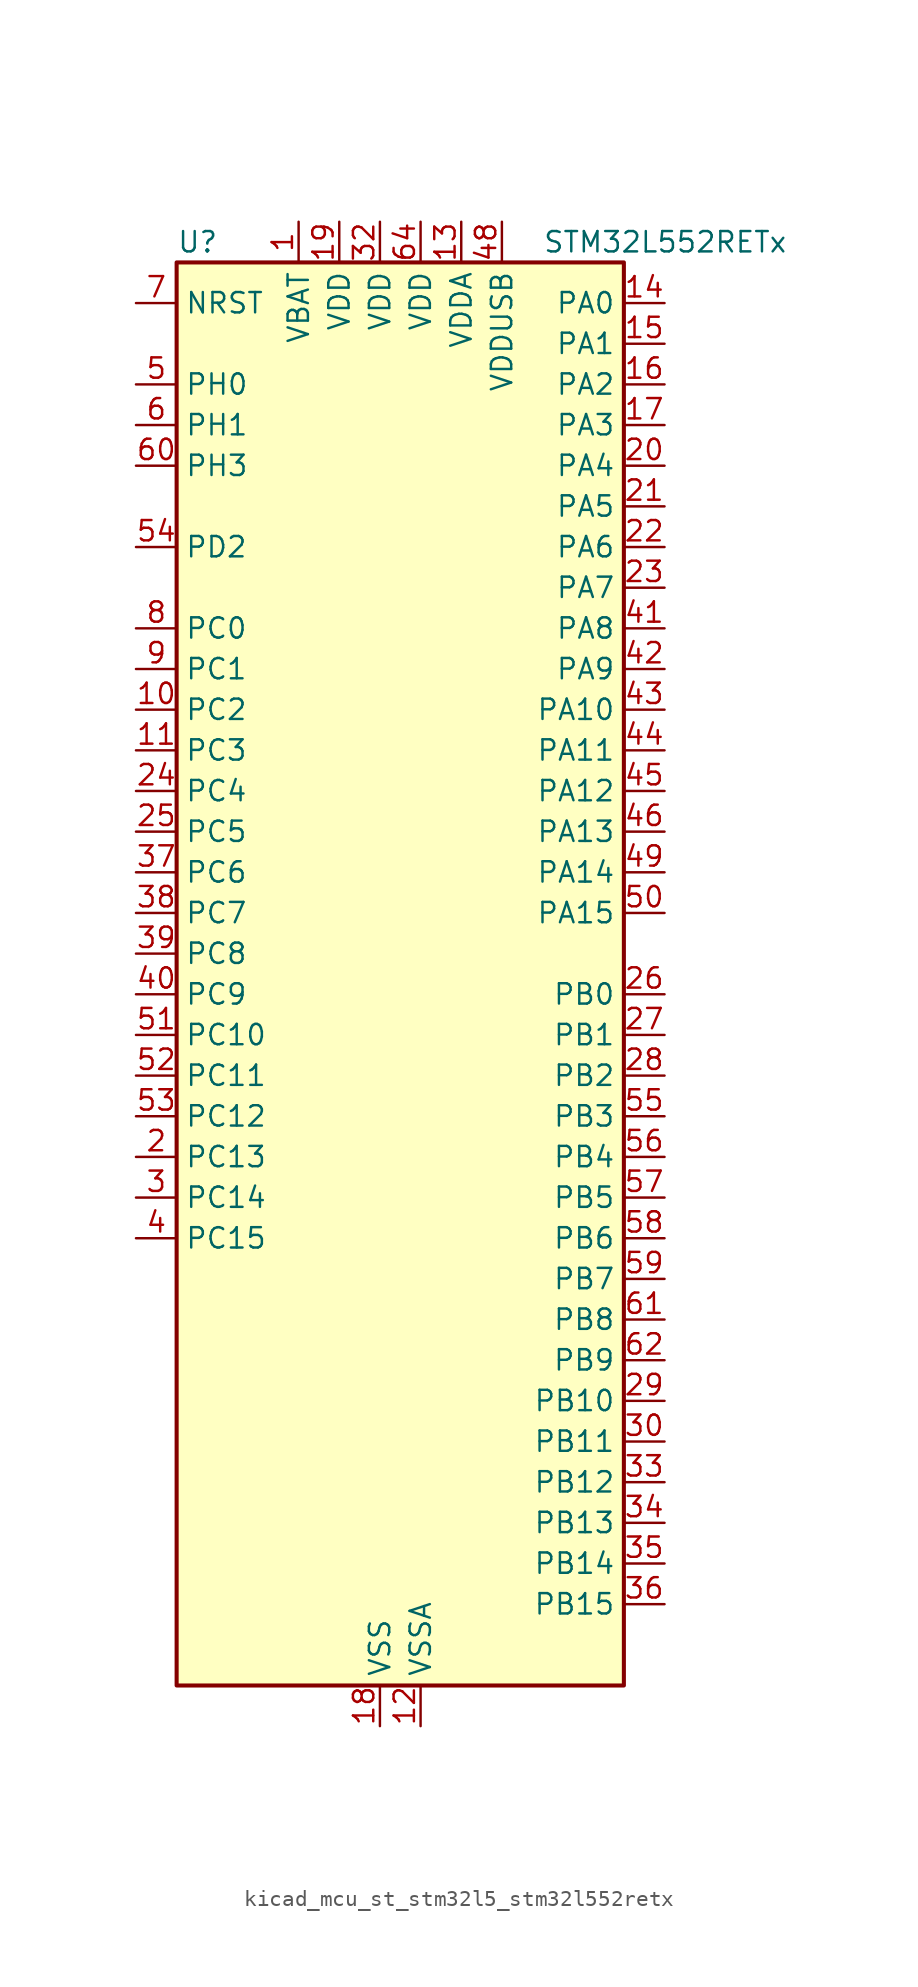
<source format=kicad_sym>
(kicad_symbol_lib
  (version 20220914)
  (generator kicad_symbol_editor)
  (symbol "kicad_mcu_st_stm32l5_stm32l552retx"
    (property "Reference" "U"
      (at -12.7 46.99 0)
      (effects (font (size 1.27 1.27)) (justify left)))
    (property "Value" "STM32L552RETx"
      (at 10.16 46.99 0)
      (effects (font (size 1.27 1.27)) (justify left)))
    (property "ki_locked" ""
      (at 0 0 0)
      (effects (font (size 1.27 1.27))))
    (symbol "kicad_mcu_st_stm32l5_stm32l552retx_0_1"
      (rectangle (start -12.7 -43.18) (end 15.24 45.72) (stroke (width 0.254) (type default)) (fill (type background))))
    (symbol "kicad_mcu_st_stm32l5_stm32l552retx_1_1"
      (pin power_in line (at -5.08 48.26 270) (length 2.54) (name "VBAT" (effects (font (size 1.27 1.27)))) (number "1" (effects (font (size 1.27 1.27)))))
      (pin bidirectional line (at -15.24 17.78 0) (length 2.54) (name "PC2" (effects (font (size 1.27 1.27)))) (number "10" (effects (font (size 1.27 1.27)))) (alternate "ADC1_IN3" bidirectional line) (alternate "ADC2_IN3" bidirectional line) (alternate "DFSDM1_CKOUT" bidirectional line) (alternate "LPTIM1_IN2" bidirectional line) (alternate "OCTOSPI1_IO5" bidirectional line) (alternate "SPI2_MISO" bidirectional line))
      (pin bidirectional line (at -15.24 15.24 0) (length 2.54) (name "PC3" (effects (font (size 1.27 1.27)))) (number "11" (effects (font (size 1.27 1.27)))) (alternate "ADC1_IN4" bidirectional line) (alternate "ADC2_IN4" bidirectional line) (alternate "LPTIM1_ETR" bidirectional line) (alternate "LPTIM2_ETR" bidirectional line) (alternate "LPTIM3_OUT" bidirectional line) (alternate "OCTOSPI1_IO6" bidirectional line) (alternate "SAI1_D1" bidirectional line) (alternate "SAI1_SD_A" bidirectional line) (alternate "SPI2_MOSI" bidirectional line))
      (pin power_in line (at 2.54 -45.72 90) (length 2.54) (name "VSSA" (effects (font (size 1.27 1.27)))) (number "12" (effects (font (size 1.27 1.27)))))
      (pin power_in line (at 5.08 48.26 270) (length 2.54) (name "VDDA" (effects (font (size 1.27 1.27)))) (number "13" (effects (font (size 1.27 1.27)))))
      (pin bidirectional line (at 17.78 43.18 180) (length 2.54) (name "PA0" (effects (font (size 1.27 1.27)))) (number "14" (effects (font (size 1.27 1.27)))) (alternate "ADC1_IN5" bidirectional line) (alternate "ADC2_IN5" bidirectional line) (alternate "OPAMP1_VINP" bidirectional line) (alternate "PWR_WKUP1" bidirectional line) (alternate "SAI1_EXTCLK" bidirectional line) (alternate "TAMP_IN2" bidirectional line) (alternate "TAMP_OUT1" bidirectional line) (alternate "TIM2_CH1" bidirectional line) (alternate "TIM2_ETR" bidirectional line) (alternate "TIM5_CH1" bidirectional line) (alternate "TIM8_ETR" bidirectional line) (alternate "UART4_TX" bidirectional line) (alternate "USART2_CTS" bidirectional line) (alternate "USART2_NSS" bidirectional line))
      (pin bidirectional line (at 17.78 40.64 180) (length 2.54) (name "PA1" (effects (font (size 1.27 1.27)))) (number "15" (effects (font (size 1.27 1.27)))) (alternate "ADC1_IN6" bidirectional line) (alternate "ADC2_IN6" bidirectional line) (alternate "I2C1_SMBA" bidirectional line) (alternate "OCTOSPI1_DQS" bidirectional line) (alternate "OPAMP1_VINM" bidirectional line) (alternate "SPI1_SCK" bidirectional line) (alternate "TAMP_IN5" bidirectional line) (alternate "TAMP_OUT4" bidirectional line) (alternate "TIM15_CH1N" bidirectional line) (alternate "TIM2_CH2" bidirectional line) (alternate "TIM5_CH2" bidirectional line) (alternate "UART4_RX" bidirectional line) (alternate "USART2_DE" bidirectional line) (alternate "USART2_RTS" bidirectional line))
      (pin bidirectional line (at 17.78 38.1 180) (length 2.54) (name "PA2" (effects (font (size 1.27 1.27)))) (number "16" (effects (font (size 1.27 1.27)))) (alternate "ADC1_IN7" bidirectional line) (alternate "ADC2_IN7" bidirectional line) (alternate "COMP1_INP" bidirectional line) (alternate "LPUART1_TX" bidirectional line) (alternate "OCTOSPI1_NCS" bidirectional line) (alternate "PWR_WKUP4" bidirectional line) (alternate "RCC_LSCO" bidirectional line) (alternate "SAI2_EXTCLK" bidirectional line) (alternate "TIM15_CH1" bidirectional line) (alternate "TIM2_CH3" bidirectional line) (alternate "TIM5_CH3" bidirectional line) (alternate "UCPD1_FRSTX1" bidirectional line) (alternate "USART2_TX" bidirectional line))
      (pin bidirectional line (at 17.78 35.56 180) (length 2.54) (name "PA3" (effects (font (size 1.27 1.27)))) (number "17" (effects (font (size 1.27 1.27)))) (alternate "ADC1_IN8" bidirectional line) (alternate "ADC2_IN8" bidirectional line) (alternate "LPUART1_RX" bidirectional line) (alternate "OCTOSPI1_CLK" bidirectional line) (alternate "OPAMP1_VOUT" bidirectional line) (alternate "SAI1_CK1" bidirectional line) (alternate "SAI1_MCLK_A" bidirectional line) (alternate "TIM15_CH2" bidirectional line) (alternate "TIM2_CH4" bidirectional line) (alternate "TIM5_CH4" bidirectional line) (alternate "USART2_RX" bidirectional line))
      (pin power_in line (at 0 -45.72 90) (length 2.54) (name "VSS" (effects (font (size 1.27 1.27)))) (number "18" (effects (font (size 1.27 1.27)))))
      (pin power_in line (at -2.54 48.26 270) (length 2.54) (name "VDD" (effects (font (size 1.27 1.27)))) (number "19" (effects (font (size 1.27 1.27)))))
      (pin bidirectional line (at -15.24 -10.16 0) (length 2.54) (name "PC13" (effects (font (size 1.27 1.27)))) (number "2" (effects (font (size 1.27 1.27)))) (alternate "PWR_WKUP2" bidirectional line) (alternate "RTC_OUT1" bidirectional line) (alternate "RTC_TS" bidirectional line) (alternate "TAMP_IN1" bidirectional line) (alternate "TAMP_OUT2" bidirectional line))
      (pin bidirectional line (at 17.78 33.02 180) (length 2.54) (name "PA4" (effects (font (size 1.27 1.27)))) (number "20" (effects (font (size 1.27 1.27)))) (alternate "ADC1_IN9" bidirectional line) (alternate "ADC2_IN9" bidirectional line) (alternate "DAC1_OUT1" bidirectional line) (alternate "LPTIM2_OUT" bidirectional line) (alternate "OCTOSPI1_NCS" bidirectional line) (alternate "SAI1_FS_B" bidirectional line) (alternate "SPI1_NSS" bidirectional line) (alternate "SPI3_NSS" bidirectional line) (alternate "USART2_CK" bidirectional line))
      (pin bidirectional line (at 17.78 30.48 180) (length 2.54) (name "PA5" (effects (font (size 1.27 1.27)))) (number "21" (effects (font (size 1.27 1.27)))) (alternate "ADC1_IN10" bidirectional line) (alternate "ADC2_IN10" bidirectional line) (alternate "DAC1_OUT2" bidirectional line) (alternate "LPTIM2_ETR" bidirectional line) (alternate "SPI1_SCK" bidirectional line) (alternate "TIM2_CH1" bidirectional line) (alternate "TIM2_ETR" bidirectional line) (alternate "TIM8_CH1N" bidirectional line))
      (pin bidirectional line (at 17.78 27.94 180) (length 2.54) (name "PA6" (effects (font (size 1.27 1.27)))) (number "22" (effects (font (size 1.27 1.27)))) (alternate "ADC1_IN11" bidirectional line) (alternate "ADC2_IN11" bidirectional line) (alternate "LPUART1_CTS" bidirectional line) (alternate "OCTOSPI1_IO3" bidirectional line) (alternate "OPAMP2_VINP" bidirectional line) (alternate "SPI1_MISO" bidirectional line) (alternate "TIM16_CH1" bidirectional line) (alternate "TIM1_BKIN" bidirectional line) (alternate "TIM3_CH1" bidirectional line) (alternate "TIM8_BKIN" bidirectional line) (alternate "USART3_CTS" bidirectional line) (alternate "USART3_NSS" bidirectional line))
      (pin bidirectional line (at 17.78 25.4 180) (length 2.54) (name "PA7" (effects (font (size 1.27 1.27)))) (number "23" (effects (font (size 1.27 1.27)))) (alternate "ADC1_IN12" bidirectional line) (alternate "ADC2_IN12" bidirectional line) (alternate "I2C3_SCL" bidirectional line) (alternate "OCTOSPI1_IO2" bidirectional line) (alternate "OPAMP2_VINM" bidirectional line) (alternate "SPI1_MOSI" bidirectional line) (alternate "TIM17_CH1" bidirectional line) (alternate "TIM1_CH1N" bidirectional line) (alternate "TIM3_CH2" bidirectional line) (alternate "TIM8_CH1N" bidirectional line))
      (pin bidirectional line (at -15.24 12.7 0) (length 2.54) (name "PC4" (effects (font (size 1.27 1.27)))) (number "24" (effects (font (size 1.27 1.27)))) (alternate "ADC1_IN13" bidirectional line) (alternate "ADC2_IN13" bidirectional line) (alternate "COMP1_INM" bidirectional line) (alternate "OCTOSPI1_IO7" bidirectional line) (alternate "USART3_TX" bidirectional line))
      (pin bidirectional line (at -15.24 10.16 0) (length 2.54) (name "PC5" (effects (font (size 1.27 1.27)))) (number "25" (effects (font (size 1.27 1.27)))) (alternate "ADC1_IN14" bidirectional line) (alternate "ADC2_IN14" bidirectional line) (alternate "COMP1_INP" bidirectional line) (alternate "PWR_WKUP5" bidirectional line) (alternate "SAI1_D3" bidirectional line) (alternate "TAMP_IN4" bidirectional line) (alternate "TAMP_OUT5" bidirectional line) (alternate "USART3_RX" bidirectional line))
      (pin bidirectional line (at 17.78 0 180) (length 2.54) (name "PB0" (effects (font (size 1.27 1.27)))) (number "26" (effects (font (size 1.27 1.27)))) (alternate "ADC1_IN15" bidirectional line) (alternate "ADC2_IN15" bidirectional line) (alternate "COMP1_OUT" bidirectional line) (alternate "OCTOSPI1_IO1" bidirectional line) (alternate "OPAMP2_VOUT" bidirectional line) (alternate "SAI1_EXTCLK" bidirectional line) (alternate "SPI1_NSS" bidirectional line) (alternate "TIM1_CH2N" bidirectional line) (alternate "TIM3_CH3" bidirectional line) (alternate "TIM8_CH2N" bidirectional line) (alternate "USART3_CK" bidirectional line))
      (pin bidirectional line (at 17.78 -2.54 180) (length 2.54) (name "PB1" (effects (font (size 1.27 1.27)))) (number "27" (effects (font (size 1.27 1.27)))) (alternate "ADC1_IN16" bidirectional line) (alternate "ADC2_IN16" bidirectional line) (alternate "COMP1_INM" bidirectional line) (alternate "DFSDM1_DATIN0" bidirectional line) (alternate "LPTIM2_IN1" bidirectional line) (alternate "LPUART1_DE" bidirectional line) (alternate "LPUART1_RTS" bidirectional line) (alternate "OCTOSPI1_IO0" bidirectional line) (alternate "TIM1_CH3N" bidirectional line) (alternate "TIM3_CH4" bidirectional line) (alternate "TIM8_CH3N" bidirectional line) (alternate "USART3_DE" bidirectional line) (alternate "USART3_RTS" bidirectional line))
      (pin bidirectional line (at 17.78 -5.08 180) (length 2.54) (name "PB2" (effects (font (size 1.27 1.27)))) (number "28" (effects (font (size 1.27 1.27)))) (alternate "COMP1_INP" bidirectional line) (alternate "DFSDM1_CKIN0" bidirectional line) (alternate "I2C3_SMBA" bidirectional line) (alternate "LPTIM1_OUT" bidirectional line) (alternate "OCTOSPI1_DQS" bidirectional line) (alternate "RTC_OUT2" bidirectional line) (alternate "UCPD1_FRSTX1" bidirectional line))
      (pin bidirectional line (at 17.78 -25.4 180) (length 2.54) (name "PB10" (effects (font (size 1.27 1.27)))) (number "29" (effects (font (size 1.27 1.27)))) (alternate "COMP1_OUT" bidirectional line) (alternate "I2C2_SCL" bidirectional line) (alternate "I2C4_SCL" bidirectional line) (alternate "LPTIM3_OUT" bidirectional line) (alternate "LPUART1_RX" bidirectional line) (alternate "OCTOSPI1_CLK" bidirectional line) (alternate "SAI1_SCK_A" bidirectional line) (alternate "SPI2_SCK" bidirectional line) (alternate "TIM2_CH3" bidirectional line) (alternate "TSC_SYNC" bidirectional line) (alternate "USART3_TX" bidirectional line))
      (pin bidirectional line (at -15.24 -12.7 0) (length 2.54) (name "PC14" (effects (font (size 1.27 1.27)))) (number "3" (effects (font (size 1.27 1.27)))) (alternate "RCC_OSC32_IN" bidirectional line))
      (pin bidirectional line (at 17.78 -27.94 180) (length 2.54) (name "PB11" (effects (font (size 1.27 1.27)))) (number "30" (effects (font (size 1.27 1.27)))) (alternate "ADC1_EXTI11" bidirectional line) (alternate "ADC2_EXTI11" bidirectional line) (alternate "COMP2_OUT" bidirectional line) (alternate "I2C2_SDA" bidirectional line) (alternate "I2C4_SDA" bidirectional line) (alternate "LPUART1_TX" bidirectional line) (alternate "OCTOSPI1_NCS" bidirectional line) (alternate "TIM2_CH4" bidirectional line) (alternate "USART3_RX" bidirectional line))
      (pin passive line (at 0 -45.72 90) (length 2.54) hide (name "VSS" (effects (font (size 1.27 1.27)))) (number "31" (effects (font (size 1.27 1.27)))))
      (pin power_in line (at 0 48.26 270) (length 2.54) (name "VDD" (effects (font (size 1.27 1.27)))) (number "32" (effects (font (size 1.27 1.27)))))
      (pin bidirectional line (at 17.78 -30.48 180) (length 2.54) (name "PB12" (effects (font (size 1.27 1.27)))) (number "33" (effects (font (size 1.27 1.27)))) (alternate "DFSDM1_DATIN1" bidirectional line) (alternate "I2C2_SMBA" bidirectional line) (alternate "LPUART1_DE" bidirectional line) (alternate "LPUART1_RTS" bidirectional line) (alternate "OCTOSPI1_NCLK" bidirectional line) (alternate "SAI2_FS_A" bidirectional line) (alternate "SPI2_NSS" bidirectional line) (alternate "TIM15_BKIN" bidirectional line) (alternate "TIM1_BKIN" bidirectional line) (alternate "TSC_G1_IO1" bidirectional line) (alternate "USART3_CK" bidirectional line))
      (pin bidirectional line (at 17.78 -33.02 180) (length 2.54) (name "PB13" (effects (font (size 1.27 1.27)))) (number "34" (effects (font (size 1.27 1.27)))) (alternate "DFSDM1_CKIN1" bidirectional line) (alternate "I2C2_SCL" bidirectional line) (alternate "LPTIM3_IN1" bidirectional line) (alternate "LPUART1_CTS" bidirectional line) (alternate "SAI2_SCK_A" bidirectional line) (alternate "SPI2_SCK" bidirectional line) (alternate "TIM15_CH1N" bidirectional line) (alternate "TIM1_CH1N" bidirectional line) (alternate "TSC_G1_IO2" bidirectional line) (alternate "UCPD1_FRSTX2" bidirectional line) (alternate "USART3_CTS" bidirectional line) (alternate "USART3_NSS" bidirectional line))
      (pin bidirectional line (at 17.78 -35.56 180) (length 2.54) (name "PB14" (effects (font (size 1.27 1.27)))) (number "35" (effects (font (size 1.27 1.27)))) (alternate "DFSDM1_DATIN2" bidirectional line) (alternate "I2C2_SDA" bidirectional line) (alternate "LPTIM3_ETR" bidirectional line) (alternate "SAI2_MCLK_A" bidirectional line) (alternate "SPI2_MISO" bidirectional line) (alternate "TIM15_CH1" bidirectional line) (alternate "TIM1_CH2N" bidirectional line) (alternate "TIM8_CH2N" bidirectional line) (alternate "TSC_G1_IO3" bidirectional line) (alternate "UCPD1_DBCC2" bidirectional line) (alternate "USART3_DE" bidirectional line) (alternate "USART3_RTS" bidirectional line))
      (pin bidirectional line (at 17.78 -38.1 180) (length 2.54) (name "PB15" (effects (font (size 1.27 1.27)))) (number "36" (effects (font (size 1.27 1.27)))) (alternate "ADC1_EXTI15" bidirectional line) (alternate "ADC2_EXTI15" bidirectional line) (alternate "DFSDM1_CKIN2" bidirectional line) (alternate "RTC_REFIN" bidirectional line) (alternate "SAI2_SD_A" bidirectional line) (alternate "SPI2_MOSI" bidirectional line) (alternate "TIM15_CH2" bidirectional line) (alternate "TIM1_CH3N" bidirectional line) (alternate "TIM8_CH3N" bidirectional line) (alternate "UCPD1_CC2" bidirectional line))
      (pin bidirectional line (at -15.24 7.62 0) (length 2.54) (name "PC6" (effects (font (size 1.27 1.27)))) (number "37" (effects (font (size 1.27 1.27)))) (alternate "DFSDM1_CKIN3" bidirectional line) (alternate "SAI2_MCLK_A" bidirectional line) (alternate "SDMMC1_D0DIR" bidirectional line) (alternate "SDMMC1_D6" bidirectional line) (alternate "TIM3_CH1" bidirectional line) (alternate "TIM8_CH1" bidirectional line) (alternate "TSC_G4_IO1" bidirectional line))
      (pin bidirectional line (at -15.24 5.08 0) (length 2.54) (name "PC7" (effects (font (size 1.27 1.27)))) (number "38" (effects (font (size 1.27 1.27)))) (alternate "DFSDM1_DATIN3" bidirectional line) (alternate "SAI2_MCLK_B" bidirectional line) (alternate "SDMMC1_D123DIR" bidirectional line) (alternate "SDMMC1_D7" bidirectional line) (alternate "TIM3_CH2" bidirectional line) (alternate "TIM8_CH2" bidirectional line) (alternate "TSC_G4_IO2" bidirectional line))
      (pin bidirectional line (at -15.24 2.54 0) (length 2.54) (name "PC8" (effects (font (size 1.27 1.27)))) (number "39" (effects (font (size 1.27 1.27)))) (alternate "SDMMC1_D0" bidirectional line) (alternate "TIM3_CH3" bidirectional line) (alternate "TIM8_CH3" bidirectional line) (alternate "TSC_G4_IO3" bidirectional line))
      (pin bidirectional line (at -15.24 -15.24 0) (length 2.54) (name "PC15" (effects (font (size 1.27 1.27)))) (number "4" (effects (font (size 1.27 1.27)))) (alternate "ADC1_EXTI15" bidirectional line) (alternate "ADC2_EXTI15" bidirectional line) (alternate "RCC_OSC32_OUT" bidirectional line))
      (pin bidirectional line (at -15.24 0 0) (length 2.54) (name "PC9" (effects (font (size 1.27 1.27)))) (number "40" (effects (font (size 1.27 1.27)))) (alternate "DAC1_EXTI9" bidirectional line) (alternate "DEBUG_TRACED0" bidirectional line) (alternate "SAI2_EXTCLK" bidirectional line) (alternate "SDMMC1_D1" bidirectional line) (alternate "TIM3_CH4" bidirectional line) (alternate "TIM8_BKIN2" bidirectional line) (alternate "TIM8_CH4" bidirectional line) (alternate "TSC_G4_IO4" bidirectional line) (alternate "USB_NOE" bidirectional line))
      (pin bidirectional line (at 17.78 22.86 180) (length 2.54) (name "PA8" (effects (font (size 1.27 1.27)))) (number "41" (effects (font (size 1.27 1.27)))) (alternate "LPTIM2_OUT" bidirectional line) (alternate "RCC_MCO" bidirectional line) (alternate "SAI1_CK2" bidirectional line) (alternate "SAI1_SCK_A" bidirectional line) (alternate "TIM1_CH1" bidirectional line) (alternate "USART1_CK" bidirectional line))
      (pin bidirectional line (at 17.78 20.32 180) (length 2.54) (name "PA9" (effects (font (size 1.27 1.27)))) (number "42" (effects (font (size 1.27 1.27)))) (alternate "DAC1_EXTI9" bidirectional line) (alternate "SAI1_FS_A" bidirectional line) (alternate "SPI2_SCK" bidirectional line) (alternate "TIM15_BKIN" bidirectional line) (alternate "TIM1_CH2" bidirectional line) (alternate "USART1_TX" bidirectional line))
      (pin bidirectional line (at 17.78 17.78 180) (length 2.54) (name "PA10" (effects (font (size 1.27 1.27)))) (number "43" (effects (font (size 1.27 1.27)))) (alternate "CRS_SYNC" bidirectional line) (alternate "SAI1_D1" bidirectional line) (alternate "SAI1_SD_A" bidirectional line) (alternate "TIM17_BKIN" bidirectional line) (alternate "TIM1_CH3" bidirectional line) (alternate "USART1_RX" bidirectional line))
      (pin bidirectional line (at 17.78 15.24 180) (length 2.54) (name "PA11" (effects (font (size 1.27 1.27)))) (number "44" (effects (font (size 1.27 1.27)))) (alternate "ADC1_EXTI11" bidirectional line) (alternate "ADC2_EXTI11" bidirectional line) (alternate "FDCAN1_RX" bidirectional line) (alternate "SPI1_MISO" bidirectional line) (alternate "TIM1_BKIN2" bidirectional line) (alternate "TIM1_CH4" bidirectional line) (alternate "USART1_CTS" bidirectional line) (alternate "USART1_NSS" bidirectional line) (alternate "USB_DM" bidirectional line))
      (pin bidirectional line (at 17.78 12.7 180) (length 2.54) (name "PA12" (effects (font (size 1.27 1.27)))) (number "45" (effects (font (size 1.27 1.27)))) (alternate "FDCAN1_TX" bidirectional line) (alternate "SPI1_MOSI" bidirectional line) (alternate "TIM1_ETR" bidirectional line) (alternate "USART1_DE" bidirectional line) (alternate "USART1_RTS" bidirectional line) (alternate "USB_DP" bidirectional line))
      (pin bidirectional line (at 17.78 10.16 180) (length 2.54) (name "PA13" (effects (font (size 1.27 1.27)))) (number "46" (effects (font (size 1.27 1.27)))) (alternate "DEBUG_JTMS-SWDIO" bidirectional line) (alternate "IR_OUT" bidirectional line) (alternate "SAI1_SD_B" bidirectional line) (alternate "USB_NOE" bidirectional line))
      (pin passive line (at 0 -45.72 90) (length 2.54) hide (name "VSS" (effects (font (size 1.27 1.27)))) (number "47" (effects (font (size 1.27 1.27)))))
      (pin power_in line (at 7.62 48.26 270) (length 2.54) (name "VDDUSB" (effects (font (size 1.27 1.27)))) (number "48" (effects (font (size 1.27 1.27)))))
      (pin bidirectional line (at 17.78 7.62 180) (length 2.54) (name "PA14" (effects (font (size 1.27 1.27)))) (number "49" (effects (font (size 1.27 1.27)))) (alternate "DEBUG_JTCK-SWCLK" bidirectional line) (alternate "I2C1_SMBA" bidirectional line) (alternate "I2C4_SMBA" bidirectional line) (alternate "LPTIM1_OUT" bidirectional line) (alternate "SAI1_FS_B" bidirectional line))
      (pin bidirectional line (at -15.24 38.1 0) (length 2.54) (name "PH0" (effects (font (size 1.27 1.27)))) (number "5" (effects (font (size 1.27 1.27)))) (alternate "RCC_OSC_IN" bidirectional line))
      (pin bidirectional line (at 17.78 5.08 180) (length 2.54) (name "PA15" (effects (font (size 1.27 1.27)))) (number "50" (effects (font (size 1.27 1.27)))) (alternate "ADC1_EXTI15" bidirectional line) (alternate "ADC2_EXTI15" bidirectional line) (alternate "DEBUG_JTDI" bidirectional line) (alternate "SAI2_FS_B" bidirectional line) (alternate "SPI1_NSS" bidirectional line) (alternate "SPI3_NSS" bidirectional line) (alternate "TIM2_CH1" bidirectional line) (alternate "TIM2_ETR" bidirectional line) (alternate "UART4_DE" bidirectional line) (alternate "UART4_RTS" bidirectional line) (alternate "UCPD1_CC1" bidirectional line) (alternate "USART2_RX" bidirectional line) (alternate "USART3_DE" bidirectional line) (alternate "USART3_RTS" bidirectional line))
      (pin bidirectional line (at -15.24 -2.54 0) (length 2.54) (name "PC10" (effects (font (size 1.27 1.27)))) (number "51" (effects (font (size 1.27 1.27)))) (alternate "DEBUG_TRACED1" bidirectional line) (alternate "LPTIM3_ETR" bidirectional line) (alternate "SAI2_SCK_B" bidirectional line) (alternate "SDMMC1_D2" bidirectional line) (alternate "SPI3_SCK" bidirectional line) (alternate "TSC_G3_IO2" bidirectional line) (alternate "UART4_TX" bidirectional line) (alternate "USART3_TX" bidirectional line))
      (pin bidirectional line (at -15.24 -5.08 0) (length 2.54) (name "PC11" (effects (font (size 1.27 1.27)))) (number "52" (effects (font (size 1.27 1.27)))) (alternate "ADC1_EXTI11" bidirectional line) (alternate "ADC2_EXTI11" bidirectional line) (alternate "LPTIM3_IN1" bidirectional line) (alternate "OCTOSPI1_NCS" bidirectional line) (alternate "SAI2_MCLK_B" bidirectional line) (alternate "SDMMC1_D3" bidirectional line) (alternate "SPI3_MISO" bidirectional line) (alternate "TSC_G3_IO3" bidirectional line) (alternate "UART4_RX" bidirectional line) (alternate "UCPD1_FRSTX2" bidirectional line) (alternate "USART3_RX" bidirectional line))
      (pin bidirectional line (at -15.24 -7.62 0) (length 2.54) (name "PC12" (effects (font (size 1.27 1.27)))) (number "53" (effects (font (size 1.27 1.27)))) (alternate "DEBUG_TRACED3" bidirectional line) (alternate "SAI2_SD_B" bidirectional line) (alternate "SDMMC1_CK" bidirectional line) (alternate "SPI3_MOSI" bidirectional line) (alternate "TSC_G3_IO4" bidirectional line) (alternate "UART5_TX" bidirectional line) (alternate "USART3_CK" bidirectional line))
      (pin bidirectional line (at -15.24 27.94 0) (length 2.54) (name "PD2" (effects (font (size 1.27 1.27)))) (number "54" (effects (font (size 1.27 1.27)))) (alternate "DEBUG_TRACED2" bidirectional line) (alternate "SDMMC1_CMD" bidirectional line) (alternate "TIM3_ETR" bidirectional line) (alternate "TSC_SYNC" bidirectional line) (alternate "UART5_RX" bidirectional line) (alternate "USART3_DE" bidirectional line) (alternate "USART3_RTS" bidirectional line))
      (pin bidirectional line (at 17.78 -7.62 180) (length 2.54) (name "PB3" (effects (font (size 1.27 1.27)))) (number "55" (effects (font (size 1.27 1.27)))) (alternate "COMP2_INM" bidirectional line) (alternate "CRS_SYNC" bidirectional line) (alternate "DEBUG_JTDO-SWO" bidirectional line) (alternate "SAI1_SCK_B" bidirectional line) (alternate "SPI1_SCK" bidirectional line) (alternate "SPI3_SCK" bidirectional line) (alternate "TIM2_CH2" bidirectional line) (alternate "USART1_DE" bidirectional line) (alternate "USART1_RTS" bidirectional line))
      (pin bidirectional line (at 17.78 -10.16 180) (length 2.54) (name "PB4" (effects (font (size 1.27 1.27)))) (number "56" (effects (font (size 1.27 1.27)))) (alternate "COMP2_INP" bidirectional line) (alternate "DEBUG_JTRST" bidirectional line) (alternate "I2C3_SDA" bidirectional line) (alternate "SAI1_MCLK_B" bidirectional line) (alternate "SPI1_MISO" bidirectional line) (alternate "SPI3_MISO" bidirectional line) (alternate "TIM17_BKIN" bidirectional line) (alternate "TIM3_CH1" bidirectional line) (alternate "TSC_G2_IO1" bidirectional line) (alternate "UART5_DE" bidirectional line) (alternate "UART5_RTS" bidirectional line) (alternate "USART1_CTS" bidirectional line) (alternate "USART1_NSS" bidirectional line))
      (pin bidirectional line (at 17.78 -12.7 180) (length 2.54) (name "PB5" (effects (font (size 1.27 1.27)))) (number "57" (effects (font (size 1.27 1.27)))) (alternate "COMP2_OUT" bidirectional line) (alternate "I2C1_SMBA" bidirectional line) (alternate "LPTIM1_IN1" bidirectional line) (alternate "OCTOSPI1_NCLK" bidirectional line) (alternate "SAI1_SD_B" bidirectional line) (alternate "SPI1_MOSI" bidirectional line) (alternate "SPI3_MOSI" bidirectional line) (alternate "TIM16_BKIN" bidirectional line) (alternate "TIM3_CH2" bidirectional line) (alternate "TSC_G2_IO2" bidirectional line) (alternate "UART5_CTS" bidirectional line) (alternate "UCPD1_DBCC1" bidirectional line) (alternate "USART1_CK" bidirectional line))
      (pin bidirectional line (at 17.78 -15.24 180) (length 2.54) (name "PB6" (effects (font (size 1.27 1.27)))) (number "58" (effects (font (size 1.27 1.27)))) (alternate "COMP2_INP" bidirectional line) (alternate "I2C1_SCL" bidirectional line) (alternate "I2C4_SCL" bidirectional line) (alternate "LPTIM1_ETR" bidirectional line) (alternate "SAI1_FS_B" bidirectional line) (alternate "TIM16_CH1N" bidirectional line) (alternate "TIM4_CH1" bidirectional line) (alternate "TIM8_BKIN2" bidirectional line) (alternate "TSC_G2_IO3" bidirectional line) (alternate "USART1_TX" bidirectional line))
      (pin bidirectional line (at 17.78 -17.78 180) (length 2.54) (name "PB7" (effects (font (size 1.27 1.27)))) (number "59" (effects (font (size 1.27 1.27)))) (alternate "COMP2_INM" bidirectional line) (alternate "I2C1_SDA" bidirectional line) (alternate "I2C4_SDA" bidirectional line) (alternate "LPTIM1_IN2" bidirectional line) (alternate "PWR_PVD_IN" bidirectional line) (alternate "TIM17_CH1N" bidirectional line) (alternate "TIM4_CH2" bidirectional line) (alternate "TIM8_BKIN" bidirectional line) (alternate "TSC_G2_IO4" bidirectional line) (alternate "UART4_CTS" bidirectional line) (alternate "USART1_RX" bidirectional line))
      (pin bidirectional line (at -15.24 35.56 0) (length 2.54) (name "PH1" (effects (font (size 1.27 1.27)))) (number "6" (effects (font (size 1.27 1.27)))) (alternate "RCC_OSC_OUT" bidirectional line))
      (pin bidirectional line (at -15.24 33.02 0) (length 2.54) (name "PH3" (effects (font (size 1.27 1.27)))) (number "60" (effects (font (size 1.27 1.27)))))
      (pin bidirectional line (at 17.78 -20.32 180) (length 2.54) (name "PB8" (effects (font (size 1.27 1.27)))) (number "61" (effects (font (size 1.27 1.27)))) (alternate "DFSDM1_CKOUT" bidirectional line) (alternate "FDCAN1_RX" bidirectional line) (alternate "I2C1_SCL" bidirectional line) (alternate "SAI1_CK1" bidirectional line) (alternate "SAI1_MCLK_A" bidirectional line) (alternate "SDMMC1_CKIN" bidirectional line) (alternate "SDMMC1_D4" bidirectional line) (alternate "TIM16_CH1" bidirectional line) (alternate "TIM4_CH3" bidirectional line))
      (pin bidirectional line (at 17.78 -22.86 180) (length 2.54) (name "PB9" (effects (font (size 1.27 1.27)))) (number "62" (effects (font (size 1.27 1.27)))) (alternate "DAC1_EXTI9" bidirectional line) (alternate "FDCAN1_TX" bidirectional line) (alternate "I2C1_SDA" bidirectional line) (alternate "IR_OUT" bidirectional line) (alternate "SAI1_D2" bidirectional line) (alternate "SAI1_FS_A" bidirectional line) (alternate "SDMMC1_CDIR" bidirectional line) (alternate "SDMMC1_D5" bidirectional line) (alternate "SPI2_NSS" bidirectional line) (alternate "TIM17_CH1" bidirectional line) (alternate "TIM4_CH4" bidirectional line))
      (pin passive line (at 0 -45.72 90) (length 2.54) hide (name "VSS" (effects (font (size 1.27 1.27)))) (number "63" (effects (font (size 1.27 1.27)))))
      (pin power_in line (at 2.54 48.26 270) (length 2.54) (name "VDD" (effects (font (size 1.27 1.27)))) (number "64" (effects (font (size 1.27 1.27)))))
      (pin input line (at -15.24 43.18 0) (length 2.54) (name "NRST" (effects (font (size 1.27 1.27)))) (number "7" (effects (font (size 1.27 1.27)))))
      (pin bidirectional line (at -15.24 22.86 0) (length 2.54) (name "PC0" (effects (font (size 1.27 1.27)))) (number "8" (effects (font (size 1.27 1.27)))) (alternate "ADC1_IN1" bidirectional line) (alternate "ADC2_IN1" bidirectional line) (alternate "I2C3_SCL" bidirectional line) (alternate "LPTIM1_IN1" bidirectional line) (alternate "LPTIM2_IN1" bidirectional line) (alternate "LPUART1_RX" bidirectional line) (alternate "OCTOSPI1_IO7" bidirectional line) (alternate "SAI2_FS_A" bidirectional line) (alternate "SDMMC1_D5" bidirectional line))
      (pin bidirectional line (at -15.24 20.32 0) (length 2.54) (name "PC1" (effects (font (size 1.27 1.27)))) (number "9" (effects (font (size 1.27 1.27)))) (alternate "ADC1_IN2" bidirectional line) (alternate "ADC2_IN2" bidirectional line) (alternate "DEBUG_TRACED0" bidirectional line) (alternate "I2C3_SDA" bidirectional line) (alternate "LPTIM1_OUT" bidirectional line) (alternate "LPUART1_TX" bidirectional line) (alternate "OCTOSPI1_IO4" bidirectional line) (alternate "SAI1_SD_A" bidirectional line) (alternate "SPI2_MOSI" bidirectional line)))))
</source>
